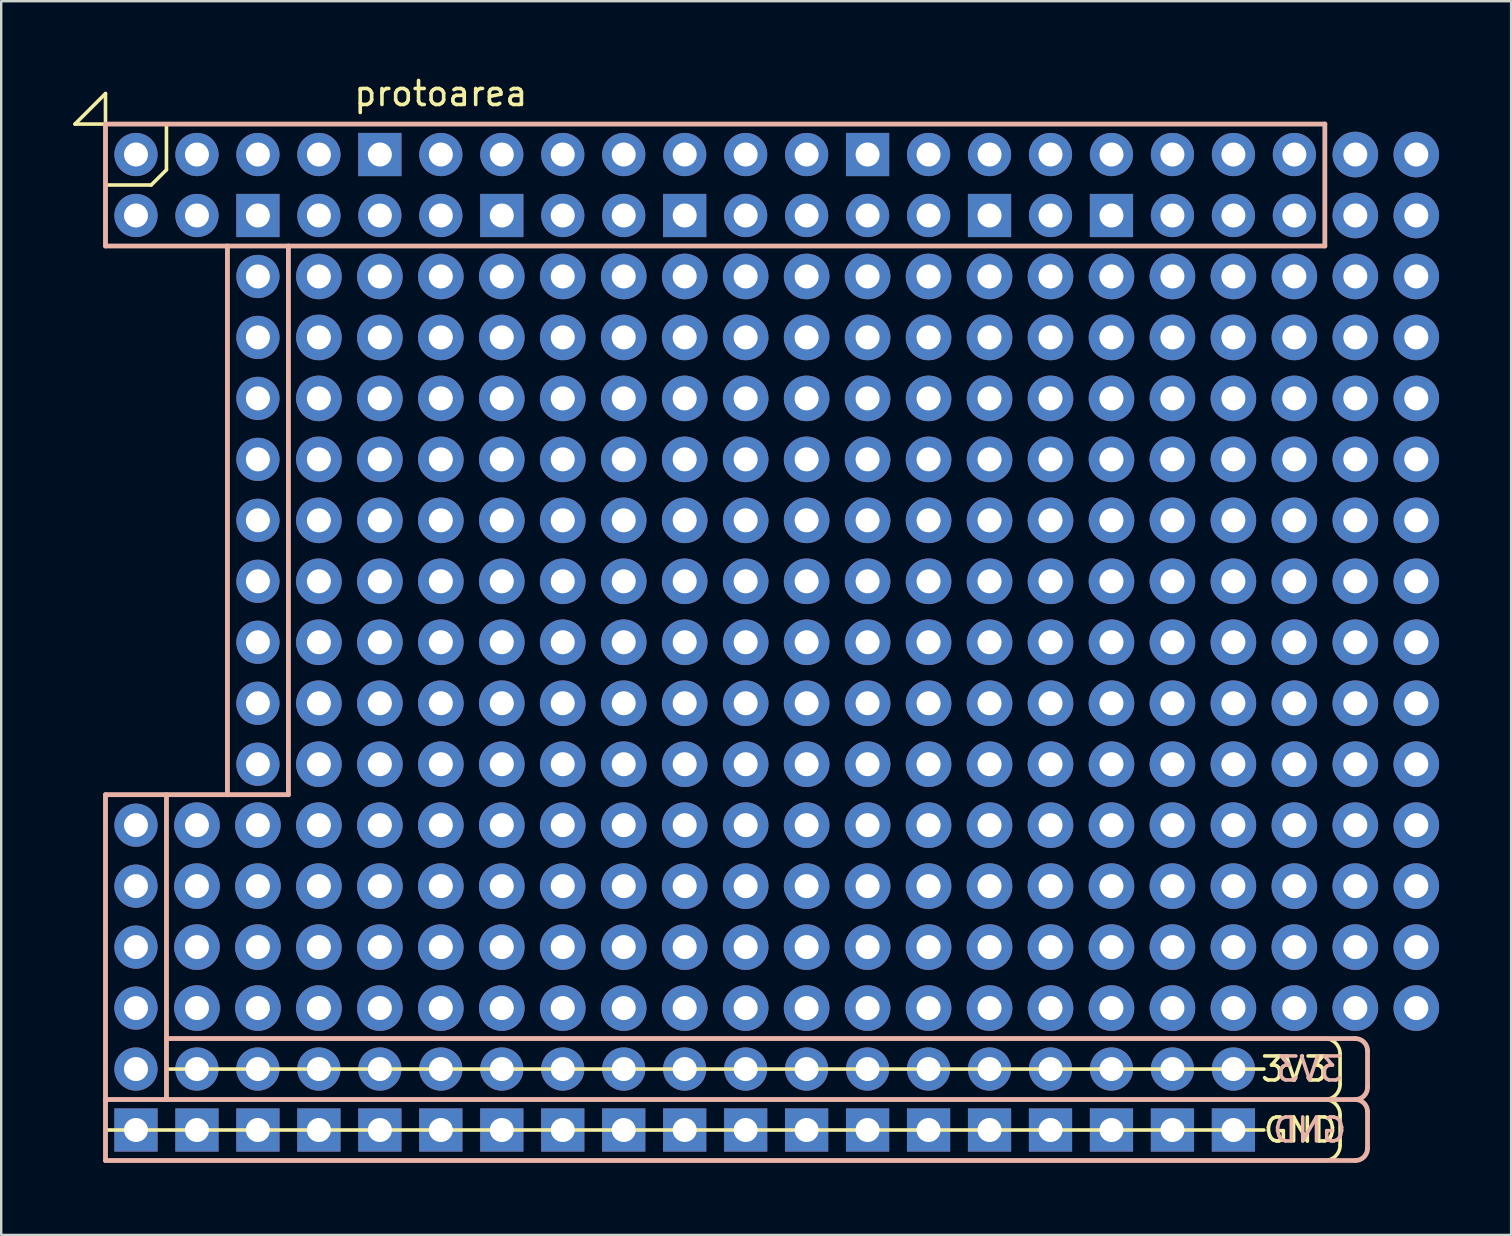
<source format=kicad_pcb>
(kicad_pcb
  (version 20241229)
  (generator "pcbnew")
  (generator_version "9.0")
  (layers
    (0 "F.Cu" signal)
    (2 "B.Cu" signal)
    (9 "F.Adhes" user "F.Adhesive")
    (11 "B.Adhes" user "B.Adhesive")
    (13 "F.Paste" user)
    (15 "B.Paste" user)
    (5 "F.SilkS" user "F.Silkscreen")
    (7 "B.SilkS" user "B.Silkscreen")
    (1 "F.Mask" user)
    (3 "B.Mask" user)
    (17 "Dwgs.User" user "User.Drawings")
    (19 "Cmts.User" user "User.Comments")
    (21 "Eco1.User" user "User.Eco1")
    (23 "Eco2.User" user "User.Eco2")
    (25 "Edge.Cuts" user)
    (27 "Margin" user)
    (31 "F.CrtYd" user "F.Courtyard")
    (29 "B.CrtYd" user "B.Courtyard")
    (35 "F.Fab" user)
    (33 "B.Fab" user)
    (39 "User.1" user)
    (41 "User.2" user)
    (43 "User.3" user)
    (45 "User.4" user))
  (footprint "protoarea"
    (layer "F.Cu")
    (at 2.615 3.388)
    (property "Reference" "protoarea" (at 12.7 -2.54 0) (layer "F.SilkS") (effects (font (size 1 1) (thickness 0.15))))
    (attr through_hole)
    (fp_line (start -2.54 -1.27) (end 49.53 -1.27) (stroke (width 0.15) (type solid)) (layer "F.SilkS"))
    (fp_line (start -1.27 -2.54) (end -2.54 -1.27) (stroke (width 0.15) (type solid)) (layer "F.SilkS"))
    (fp_line (start -1.27 -1.27) (end -1.27 -2.54) (stroke (width 0.15) (type solid)) (layer "F.SilkS"))
    (fp_line (start -1.27 1.27) (end 0.635 1.27) (stroke (width 0.15) (type solid)) (layer "F.SilkS"))
    (fp_line (start -1.27 3.81) (end -1.27 -1.27) (stroke (width 0.15) (type solid)) (layer "F.SilkS"))
    (fp_line (start -1.27 26.67) (end -1.27 41.91) (stroke (width 0.15) (type solid)) (layer "F.SilkS"))
    (fp_line (start -1.27 26.67) (end 6.35 26.67) (stroke (width 0.15) (type solid)) (layer "F.SilkS"))
    (fp_line (start -1.27 39.37) (end 49.53 39.37) (stroke (width 0.15) (type solid)) (layer "F.SilkS"))
    (fp_line (start -1.27 40.64) (end 46.99 40.64) (stroke (width 0.15) (type solid)) (layer "F.SilkS"))
    (fp_line (start -1.27 41.91) (end 1.27 41.91) (stroke (width 0.15) (type solid)) (layer "F.SilkS"))
    (fp_line (start 0.635 1.27) (end 1.27 0.635) (stroke (width 0.15) (type solid)) (layer "F.SilkS"))
    (fp_line (start 1.27 0.635) (end 1.27 -1.27) (stroke (width 0.15) (type solid)) (layer "F.SilkS"))
    (fp_line (start 1.27 36.83) (end 49.53 36.83) (stroke (width 0.15) (type solid)) (layer "F.SilkS"))
    (fp_line (start 1.27 38.1) (end 46.99 38.1) (stroke (width 0.15) (type solid)) (layer "F.SilkS"))
    (fp_line (start 1.27 39.37) (end 1.27 26.67) (stroke (width 0.15) (type solid)) (layer "F.SilkS"))
    (fp_line (start 3.81 3.81) (end 3.81 26.67) (stroke (width 0.15) (type solid)) (layer "F.SilkS"))
    (fp_line (start 6.35 3.81) (end 3.81 3.81) (stroke (width 0.15) (type solid)) (layer "F.SilkS"))
    (fp_line (start 6.35 26.67) (end 6.35 3.81) (stroke (width 0.15) (type solid)) (layer "F.SilkS"))
    (fp_line (start 49.53 -1.27) (end 49.53 3.81) (stroke (width 0.15) (type solid)) (layer "F.SilkS"))
    (fp_line (start 49.53 3.81) (end -1.27 3.81) (stroke (width 0.15) (type solid)) (layer "F.SilkS"))
    (fp_line (start 49.53 41.91) (end 1.27 41.91) (stroke (width 0.15) (type solid)) (layer "F.SilkS"))
    (fp_line (start 50.165 37.465) (end 50.165 38.735) (stroke (width 0.15) (type solid)) (layer "F.SilkS"))
    (fp_line (start 50.165 40.005) (end 50.165 41.275) (stroke (width 0.15) (type solid)) (layer "F.SilkS"))
    (fp_arc (start 49.53 36.83) (mid 49.979013 37.015987) (end 50.165 37.465) (stroke (width 0.15) (type solid)) (layer "F.SilkS"))
    (fp_arc (start 49.53 39.37) (mid 49.979013 39.555987) (end 50.165 40.005) (stroke (width 0.15) (type solid)) (layer "F.SilkS"))
    (fp_arc (start 50.165 38.735) (mid 49.979013 39.184013) (end 49.53 39.37) (stroke (width 0.15) (type solid)) (layer "F.SilkS"))
    (fp_arc (start 50.165 41.275) (mid 49.979013 41.724013) (end 49.53 41.91) (stroke (width 0.15) (type solid)) (layer "F.SilkS"))
    (fp_line (start -1.27 -1.27) (end -1.27 3.81) (stroke (width 0.2) (type solid)) (layer "B.SilkS"))
    (fp_line (start -1.27 3.81) (end 49.53 3.81) (stroke (width 0.2) (type solid)) (layer "B.SilkS"))
    (fp_line (start -1.27 26.67) (end -1.27 39.37) (stroke (width 0.2) (type solid)) (layer "B.SilkS"))
    (fp_line (start -1.27 39.37) (end -1.27 41.91) (stroke (width 0.2) (type solid)) (layer "B.SilkS"))
    (fp_line (start -1.27 41.91) (end 50.8 41.91) (stroke (width 0.2) (type solid)) (layer "B.SilkS"))
    (fp_line (start 1.27 26.67) (end 1.27 36.83) (stroke (width 0.2) (type solid)) (layer "B.SilkS"))
    (fp_line (start 1.27 36.83) (end 1.27 39.37) (stroke (width 0.2) (type solid)) (layer "B.SilkS"))
    (fp_line (start 1.27 36.83) (end 50.8 36.83) (stroke (width 0.2) (type solid)) (layer "B.SilkS"))
    (fp_line (start 1.27 39.37) (end -1.27 39.37) (stroke (width 0.2) (type solid)) (layer "B.SilkS"))
    (fp_line (start 1.27 39.37) (end 50.8 39.37) (stroke (width 0.2) (type solid)) (layer "B.SilkS"))
    (fp_line (start 3.81 3.81) (end 3.81 26.67) (stroke (width 0.2) (type solid)) (layer "B.SilkS"))
    (fp_line (start 3.81 26.67) (end -1.27 26.67) (stroke (width 0.2) (type solid)) (layer "B.SilkS"))
    (fp_line (start 3.81 26.67) (end 6.35 26.67) (stroke (width 0.2) (type solid)) (layer "B.SilkS"))
    (fp_line (start 6.35 26.67) (end 6.35 3.81) (stroke (width 0.2) (type solid)) (layer "B.SilkS"))
    (fp_line (start 49.53 -1.27) (end -1.27 -1.27) (stroke (width 0.2) (type solid)) (layer "B.SilkS"))
    (fp_line (start 49.53 3.81) (end 49.53 -1.27) (stroke (width 0.2) (type solid)) (layer "B.SilkS"))
    (fp_line (start 51.308 37.338) (end 51.308 38.862) (stroke (width 0.2) (type solid)) (layer "B.SilkS"))
    (fp_line (start 51.308 39.878) (end 51.308 41.402) (stroke (width 0.2) (type solid)) (layer "B.SilkS"))
    (fp_arc (start 50.8 36.83) (mid 51.15921 36.97879) (end 51.308 37.338) (stroke (width 0.2) (type solid)) (layer "B.SilkS"))
    (fp_arc (start 50.8 39.37) (mid 51.15921 39.51879) (end 51.308 39.878) (stroke (width 0.2) (type solid)) (layer "B.SilkS"))
    (fp_arc (start 51.308 38.862) (mid 51.15921 39.22121) (end 50.8 39.37) (stroke (width 0.2) (type solid)) (layer "B.SilkS"))
    (fp_arc (start 51.308 41.402) (mid 51.15921 41.76121) (end 50.8 41.91) (stroke (width 0.2) (type solid)) (layer "B.SilkS"))
    (fp_text user "3V3" (at 48.26 38.1 0) (layer "F.SilkS") (effects (font (size 1 1) (thickness 0.15))))
    (fp_text user "GND" (at 48.514 40.64 0) (layer "F.SilkS") (effects (font (size 1 1) (thickness 0.15))))
    (fp_text user "3V3" (at 48.895 38.1 0) (layer "B.SilkS") (effects (font (size 1 1) (thickness 0.15)) (justify mirror)))
    (fp_text user "GND" (at 48.895 40.64 0) (layer "B.SilkS") (effects (font (size 1 1) (thickness 0.15)) (justify mirror)))
    (pad "" np_thru_hole circle (at 2.54 27.94) (size 1.9 1.9) (drill 1) (layers "*.Cu" "*.Mask"))
    (pad "" np_thru_hole circle (at 2.54 30.48) (size 1.9 1.9) (drill 1) (layers "*.Cu" "*.Mask"))
    (pad "" np_thru_hole circle (at 2.54 33.02) (size 1.9 1.9) (drill 1) (layers "*.Cu" "*.Mask"))
    (pad "" np_thru_hole circle (at 2.54 35.56) (size 1.9 1.9) (drill 1) (layers "*.Cu" "*.Mask"))
    (pad "" np_thru_hole circle (at 5.08 27.94) (size 1.9 1.9) (drill 1) (layers "*.Cu" "*.Mask"))
    (pad "" np_thru_hole circle (at 5.08 30.48) (size 1.9 1.9) (drill 1) (layers "*.Cu" "*.Mask"))
    (pad "" np_thru_hole circle (at 5.08 33.02) (size 1.9 1.9) (drill 1) (layers "*.Cu" "*.Mask"))
    (pad "" np_thru_hole circle (at 5.08 35.56) (size 1.9 1.9) (drill 1) (layers "*.Cu" "*.Mask"))
    (pad "" np_thru_hole circle (at 7.62 5.08) (size 1.9 1.9) (drill 1) (layers "*.Cu" "*.Mask"))
    (pad "" np_thru_hole circle (at 7.62 7.62) (size 1.9 1.9) (drill 1) (layers "*.Cu" "*.Mask"))
    (pad "" np_thru_hole circle (at 7.62 10.16) (size 1.9 1.9) (drill 1) (layers "*.Cu" "*.Mask"))
    (pad "" np_thru_hole circle (at 7.62 12.7) (size 1.9 1.9) (drill 1) (layers "*.Cu" "*.Mask"))
    (pad "" np_thru_hole circle (at 7.62 15.24) (size 1.9 1.9) (drill 1) (layers "*.Cu" "*.Mask"))
    (pad "" np_thru_hole circle (at 7.62 17.78) (size 1.9 1.9) (drill 1) (layers "*.Cu" "*.Mask"))
    (pad "" np_thru_hole circle (at 7.62 20.32) (size 1.9 1.9) (drill 1) (layers "*.Cu" "*.Mask"))
    (pad "" np_thru_hole circle (at 7.62 22.86) (size 1.9 1.9) (drill 1) (layers "*.Cu" "*.Mask"))
    (pad "" np_thru_hole circle (at 7.62 25.4) (size 1.9 1.9) (drill 1) (layers "*.Cu" "*.Mask"))
    (pad "" np_thru_hole circle (at 7.62 27.94) (size 1.9 1.9) (drill 1) (layers "*.Cu" "*.Mask"))
    (pad "" np_thru_hole circle (at 7.62 30.48) (size 1.9 1.9) (drill 1) (layers "*.Cu" "*.Mask"))
    (pad "" np_thru_hole circle (at 7.62 33.02) (size 1.9 1.9) (drill 1) (layers "*.Cu" "*.Mask"))
    (pad "" np_thru_hole circle (at 7.62 35.56) (size 1.9 1.9) (drill 1) (layers "*.Cu" "*.Mask"))
    (pad "" np_thru_hole circle (at 10.16 5.08) (size 1.9 1.9) (drill 1) (layers "*.Cu" "*.Mask"))
    (pad "" np_thru_hole circle (at 10.16 7.62) (size 1.9 1.9) (drill 1) (layers "*.Cu" "*.Mask"))
    (pad "" np_thru_hole circle (at 10.16 10.16) (size 1.9 1.9) (drill 1) (layers "*.Cu" "*.Mask"))
    (pad "" np_thru_hole circle (at 10.16 12.7) (size 1.9 1.9) (drill 1) (layers "*.Cu" "*.Mask"))
    (pad "" np_thru_hole circle (at 10.16 15.24) (size 1.9 1.9) (drill 1) (layers "*.Cu" "*.Mask"))
    (pad "" np_thru_hole circle (at 10.16 17.78) (size 1.9 1.9) (drill 1) (layers "*.Cu" "*.Mask"))
    (pad "" np_thru_hole circle (at 10.16 20.32) (size 1.9 1.9) (drill 1) (layers "*.Cu" "*.Mask"))
    (pad "" np_thru_hole circle (at 10.16 22.86) (size 1.9 1.9) (drill 1) (layers "*.Cu" "*.Mask"))
    (pad "" np_thru_hole circle (at 10.16 25.4) (size 1.9 1.9) (drill 1) (layers "*.Cu" "*.Mask"))
    (pad "" np_thru_hole circle (at 10.16 27.94) (size 1.9 1.9) (drill 1) (layers "*.Cu" "*.Mask"))
    (pad "" np_thru_hole circle (at 10.16 30.48) (size 1.9 1.9) (drill 1) (layers "*.Cu" "*.Mask"))
    (pad "" np_thru_hole circle (at 10.16 33.02) (size 1.9 1.9) (drill 1) (layers "*.Cu" "*.Mask"))
    (pad "" np_thru_hole circle (at 10.16 35.56) (size 1.9 1.9) (drill 1) (layers "*.Cu" "*.Mask"))
    (pad "" np_thru_hole circle (at 12.7 5.08) (size 1.9 1.9) (drill 1) (layers "*.Cu" "*.Mask"))
    (pad "" np_thru_hole circle (at 12.7 7.62) (size 1.9 1.9) (drill 1) (layers "*.Cu" "*.Mask"))
    (pad "" np_thru_hole circle (at 12.7 10.16) (size 1.9 1.9) (drill 1) (layers "*.Cu" "*.Mask"))
    (pad "" np_thru_hole circle (at 12.7 12.7) (size 1.9 1.9) (drill 1) (layers "*.Cu" "*.Mask"))
    (pad "" np_thru_hole circle (at 12.7 15.24) (size 1.9 1.9) (drill 1) (layers "*.Cu" "*.Mask"))
    (pad "" np_thru_hole circle (at 12.7 17.78) (size 1.9 1.9) (drill 1) (layers "*.Cu" "*.Mask"))
    (pad "" np_thru_hole circle (at 12.7 20.32) (size 1.9 1.9) (drill 1) (layers "*.Cu" "*.Mask"))
    (pad "" np_thru_hole circle (at 12.7 22.86) (size 1.9 1.9) (drill 1) (layers "*.Cu" "*.Mask"))
    (pad "" np_thru_hole circle (at 12.7 25.4) (size 1.9 1.9) (drill 1) (layers "*.Cu" "*.Mask"))
    (pad "" np_thru_hole circle (at 12.7 27.94) (size 1.9 1.9) (drill 1) (layers "*.Cu" "*.Mask"))
    (pad "" np_thru_hole circle (at 12.7 30.48) (size 1.9 1.9) (drill 1) (layers "*.Cu" "*.Mask"))
    (pad "" np_thru_hole circle (at 12.7 33.02) (size 1.9 1.9) (drill 1) (layers "*.Cu" "*.Mask"))
    (pad "" np_thru_hole circle (at 12.7 35.56) (size 1.9 1.9) (drill 1) (layers "*.Cu" "*.Mask"))
    (pad "" np_thru_hole circle (at 15.24 5.08) (size 1.9 1.9) (drill 1) (layers "*.Cu" "*.Mask"))
    (pad "" np_thru_hole circle (at 15.24 7.62) (size 1.9 1.9) (drill 1) (layers "*.Cu" "*.Mask"))
    (pad "" np_thru_hole circle (at 15.24 10.16) (size 1.9 1.9) (drill 1) (layers "*.Cu" "*.Mask"))
    (pad "" np_thru_hole circle (at 15.24 12.7) (size 1.9 1.9) (drill 1) (layers "*.Cu" "*.Mask"))
    (pad "" np_thru_hole circle (at 15.24 15.24) (size 1.9 1.9) (drill 1) (layers "*.Cu" "*.Mask"))
    (pad "" np_thru_hole circle (at 15.24 17.78) (size 1.9 1.9) (drill 1) (layers "*.Cu" "*.Mask"))
    (pad "" np_thru_hole circle (at 15.24 20.32) (size 1.9 1.9) (drill 1) (layers "*.Cu" "*.Mask"))
    (pad "" np_thru_hole circle (at 15.24 22.86) (size 1.9 1.9) (drill 1) (layers "*.Cu" "*.Mask"))
    (pad "" np_thru_hole circle (at 15.24 25.4) (size 1.9 1.9) (drill 1) (layers "*.Cu" "*.Mask"))
    (pad "" np_thru_hole circle (at 15.24 27.94) (size 1.9 1.9) (drill 1) (layers "*.Cu" "*.Mask"))
    (pad "" np_thru_hole circle (at 15.24 30.48) (size 1.9 1.9) (drill 1) (layers "*.Cu" "*.Mask"))
    (pad "" np_thru_hole circle (at 15.24 33.02) (size 1.9 1.9) (drill 1) (layers "*.Cu" "*.Mask"))
    (pad "" np_thru_hole circle (at 15.24 35.56) (size 1.9 1.9) (drill 1) (layers "*.Cu" "*.Mask"))
    (pad "" np_thru_hole circle (at 17.78 5.08) (size 1.9 1.9) (drill 1) (layers "*.Cu" "*.Mask"))
    (pad "" np_thru_hole circle (at 17.78 7.62) (size 1.9 1.9) (drill 1) (layers "*.Cu" "*.Mask"))
    (pad "" np_thru_hole circle (at 17.78 10.16) (size 1.9 1.9) (drill 1) (layers "*.Cu" "*.Mask"))
    (pad "" np_thru_hole circle (at 17.78 12.7) (size 1.9 1.9) (drill 1) (layers "*.Cu" "*.Mask"))
    (pad "" np_thru_hole circle (at 17.78 15.24) (size 1.9 1.9) (drill 1) (layers "*.Cu" "*.Mask"))
    (pad "" np_thru_hole circle (at 17.78 17.78) (size 1.9 1.9) (drill 1) (layers "*.Cu" "*.Mask"))
    (pad "" np_thru_hole circle (at 17.78 20.32) (size 1.9 1.9) (drill 1) (layers "*.Cu" "*.Mask"))
    (pad "" np_thru_hole circle (at 17.78 22.86) (size 1.9 1.9) (drill 1) (layers "*.Cu" "*.Mask"))
    (pad "" np_thru_hole circle (at 17.78 25.4) (size 1.9 1.9) (drill 1) (layers "*.Cu" "*.Mask"))
    (pad "" np_thru_hole circle (at 17.78 27.94) (size 1.9 1.9) (drill 1) (layers "*.Cu" "*.Mask"))
    (pad "" np_thru_hole circle (at 17.78 30.48) (size 1.9 1.9) (drill 1) (layers "*.Cu" "*.Mask"))
    (pad "" np_thru_hole circle (at 17.78 33.02) (size 1.9 1.9) (drill 1) (layers "*.Cu" "*.Mask"))
    (pad "" np_thru_hole circle (at 17.78 35.56) (size 1.9 1.9) (drill 1) (layers "*.Cu" "*.Mask"))
    (pad "" np_thru_hole circle (at 20.32 5.08) (size 1.9 1.9) (drill 1) (layers "*.Cu" "*.Mask"))
    (pad "" np_thru_hole circle (at 20.32 7.62) (size 1.9 1.9) (drill 1) (layers "*.Cu" "*.Mask"))
    (pad "" np_thru_hole circle (at 20.32 10.16) (size 1.9 1.9) (drill 1) (layers "*.Cu" "*.Mask"))
    (pad "" np_thru_hole circle (at 20.32 12.7) (size 1.9 1.9) (drill 1) (layers "*.Cu" "*.Mask"))
    (pad "" np_thru_hole circle (at 20.32 15.24) (size 1.9 1.9) (drill 1) (layers "*.Cu" "*.Mask"))
    (pad "" np_thru_hole circle (at 20.32 17.78) (size 1.9 1.9) (drill 1) (layers "*.Cu" "*.Mask"))
    (pad "" np_thru_hole circle (at 20.32 20.32) (size 1.9 1.9) (drill 1) (layers "*.Cu" "*.Mask"))
    (pad "" np_thru_hole circle (at 20.32 22.86) (size 1.9 1.9) (drill 1) (layers "*.Cu" "*.Mask"))
    (pad "" np_thru_hole circle (at 20.32 25.4) (size 1.9 1.9) (drill 1) (layers "*.Cu" "*.Mask"))
    (pad "" np_thru_hole circle (at 20.32 27.94) (size 1.9 1.9) (drill 1) (layers "*.Cu" "*.Mask"))
    (pad "" np_thru_hole circle (at 20.32 30.48) (size 1.9 1.9) (drill 1) (layers "*.Cu" "*.Mask"))
    (pad "" np_thru_hole circle (at 20.32 33.02) (size 1.9 1.9) (drill 1) (layers "*.Cu" "*.Mask"))
    (pad "" np_thru_hole circle (at 20.32 35.56) (size 1.9 1.9) (drill 1) (layers "*.Cu" "*.Mask"))
    (pad "" np_thru_hole circle (at 22.86 5.08) (size 1.9 1.9) (drill 1) (layers "*.Cu" "*.Mask"))
    (pad "" np_thru_hole circle (at 22.86 7.62) (size 1.9 1.9) (drill 1) (layers "*.Cu" "*.Mask"))
    (pad "" np_thru_hole circle (at 22.86 10.16) (size 1.9 1.9) (drill 1) (layers "*.Cu" "*.Mask"))
    (pad "" np_thru_hole circle (at 22.86 12.7) (size 1.9 1.9) (drill 1) (layers "*.Cu" "*.Mask"))
    (pad "" np_thru_hole circle (at 22.86 15.24) (size 1.9 1.9) (drill 1) (layers "*.Cu" "*.Mask"))
    (pad "" np_thru_hole circle (at 22.86 17.78) (size 1.9 1.9) (drill 1) (layers "*.Cu" "*.Mask"))
    (pad "" np_thru_hole circle (at 22.86 20.32) (size 1.9 1.9) (drill 1) (layers "*.Cu" "*.Mask"))
    (pad "" np_thru_hole circle (at 22.86 22.86) (size 1.9 1.9) (drill 1) (layers "*.Cu" "*.Mask"))
    (pad "" np_thru_hole circle (at 22.86 25.4) (size 1.9 1.9) (drill 1) (layers "*.Cu" "*.Mask"))
    (pad "" np_thru_hole circle (at 22.86 27.94) (size 1.9 1.9) (drill 1) (layers "*.Cu" "*.Mask"))
    (pad "" np_thru_hole circle (at 22.86 30.48) (size 1.9 1.9) (drill 1) (layers "*.Cu" "*.Mask"))
    (pad "" np_thru_hole circle (at 22.86 33.02) (size 1.9 1.9) (drill 1) (layers "*.Cu" "*.Mask"))
    (pad "" np_thru_hole circle (at 22.86 35.56) (size 1.9 1.9) (drill 1) (layers "*.Cu" "*.Mask"))
    (pad "" np_thru_hole circle (at 25.4 5.08) (size 1.9 1.9) (drill 1) (layers "*.Cu" "*.Mask"))
    (pad "" np_thru_hole circle (at 25.4 7.62) (size 1.9 1.9) (drill 1) (layers "*.Cu" "*.Mask"))
    (pad "" np_thru_hole circle (at 25.4 10.16) (size 1.9 1.9) (drill 1) (layers "*.Cu" "*.Mask"))
    (pad "" np_thru_hole circle (at 25.4 12.7) (size 1.9 1.9) (drill 1) (layers "*.Cu" "*.Mask"))
    (pad "" np_thru_hole circle (at 25.4 15.24) (size 1.9 1.9) (drill 1) (layers "*.Cu" "*.Mask"))
    (pad "" np_thru_hole circle (at 25.4 17.78) (size 1.9 1.9) (drill 1) (layers "*.Cu" "*.Mask"))
    (pad "" np_thru_hole circle (at 25.4 20.32) (size 1.9 1.9) (drill 1) (layers "*.Cu" "*.Mask"))
    (pad "" np_thru_hole circle (at 25.4 22.86) (size 1.9 1.9) (drill 1) (layers "*.Cu" "*.Mask"))
    (pad "" np_thru_hole circle (at 25.4 25.4) (size 1.9 1.9) (drill 1) (layers "*.Cu" "*.Mask"))
    (pad "" np_thru_hole circle (at 25.4 27.94) (size 1.9 1.9) (drill 1) (layers "*.Cu" "*.Mask"))
    (pad "" np_thru_hole circle (at 25.4 30.48) (size 1.9 1.9) (drill 1) (layers "*.Cu" "*.Mask"))
    (pad "" np_thru_hole circle (at 25.4 33.02) (size 1.9 1.9) (drill 1) (layers "*.Cu" "*.Mask"))
    (pad "" np_thru_hole circle (at 25.4 35.56) (size 1.9 1.9) (drill 1) (layers "*.Cu" "*.Mask"))
    (pad "" np_thru_hole circle (at 27.94 5.08) (size 1.9 1.9) (drill 1) (layers "*.Cu" "*.Mask"))
    (pad "" np_thru_hole circle (at 27.94 7.62) (size 1.9 1.9) (drill 1) (layers "*.Cu" "*.Mask"))
    (pad "" np_thru_hole circle (at 27.94 10.16) (size 1.9 1.9) (drill 1) (layers "*.Cu" "*.Mask"))
    (pad "" np_thru_hole circle (at 27.94 12.7) (size 1.9 1.9) (drill 1) (layers "*.Cu" "*.Mask"))
    (pad "" np_thru_hole circle (at 27.94 15.24) (size 1.9 1.9) (drill 1) (layers "*.Cu" "*.Mask"))
    (pad "" np_thru_hole circle (at 27.94 17.78) (size 1.9 1.9) (drill 1) (layers "*.Cu" "*.Mask"))
    (pad "" np_thru_hole circle (at 27.94 20.32) (size 1.9 1.9) (drill 1) (layers "*.Cu" "*.Mask"))
    (pad "" np_thru_hole circle (at 27.94 22.86) (size 1.9 1.9) (drill 1) (layers "*.Cu" "*.Mask"))
    (pad "" np_thru_hole circle (at 27.94 25.4) (size 1.9 1.9) (drill 1) (layers "*.Cu" "*.Mask"))
    (pad "" np_thru_hole circle (at 27.94 27.94) (size 1.9 1.9) (drill 1) (layers "*.Cu" "*.Mask"))
    (pad "" np_thru_hole circle (at 27.94 30.48) (size 1.9 1.9) (drill 1) (layers "*.Cu" "*.Mask"))
    (pad "" np_thru_hole circle (at 27.94 33.02) (size 1.9 1.9) (drill 1) (layers "*.Cu" "*.Mask"))
    (pad "" np_thru_hole circle (at 27.94 35.56) (size 1.9 1.9) (drill 1) (layers "*.Cu" "*.Mask"))
    (pad "" np_thru_hole circle (at 30.48 5.08) (size 1.9 1.9) (drill 1) (layers "*.Cu" "*.Mask"))
    (pad "" np_thru_hole circle (at 30.48 7.62) (size 1.9 1.9) (drill 1) (layers "*.Cu" "*.Mask"))
    (pad "" np_thru_hole circle (at 30.48 10.16) (size 1.9 1.9) (drill 1) (layers "*.Cu" "*.Mask"))
    (pad "" np_thru_hole circle (at 30.48 12.7) (size 1.9 1.9) (drill 1) (layers "*.Cu" "*.Mask"))
    (pad "" np_thru_hole circle (at 30.48 15.24) (size 1.9 1.9) (drill 1) (layers "*.Cu" "*.Mask"))
    (pad "" np_thru_hole circle (at 30.48 17.78) (size 1.9 1.9) (drill 1) (layers "*.Cu" "*.Mask"))
    (pad "" np_thru_hole circle (at 30.48 20.32) (size 1.9 1.9) (drill 1) (layers "*.Cu" "*.Mask"))
    (pad "" np_thru_hole circle (at 30.48 22.86) (size 1.9 1.9) (drill 1) (layers "*.Cu" "*.Mask"))
    (pad "" np_thru_hole circle (at 30.48 25.4) (size 1.9 1.9) (drill 1) (layers "*.Cu" "*.Mask"))
    (pad "" np_thru_hole circle (at 30.48 27.94) (size 1.9 1.9) (drill 1) (layers "*.Cu" "*.Mask"))
    (pad "" np_thru_hole circle (at 30.48 30.48) (size 1.9 1.9) (drill 1) (layers "*.Cu" "*.Mask"))
    (pad "" np_thru_hole circle (at 30.48 33.02) (size 1.9 1.9) (drill 1) (layers "*.Cu" "*.Mask"))
    (pad "" np_thru_hole circle (at 30.48 35.56) (size 1.9 1.9) (drill 1) (layers "*.Cu" "*.Mask"))
    (pad "" np_thru_hole circle (at 33.02 5.08) (size 1.9 1.9) (drill 1) (layers "*.Cu" "*.Mask"))
    (pad "" np_thru_hole circle (at 33.02 7.62) (size 1.9 1.9) (drill 1) (layers "*.Cu" "*.Mask"))
    (pad "" np_thru_hole circle (at 33.02 10.16) (size 1.9 1.9) (drill 1) (layers "*.Cu" "*.Mask"))
    (pad "" np_thru_hole circle (at 33.02 12.7) (size 1.9 1.9) (drill 1) (layers "*.Cu" "*.Mask"))
    (pad "" np_thru_hole circle (at 33.02 15.24) (size 1.9 1.9) (drill 1) (layers "*.Cu" "*.Mask"))
    (pad "" np_thru_hole circle (at 33.02 17.78) (size 1.9 1.9) (drill 1) (layers "*.Cu" "*.Mask"))
    (pad "" np_thru_hole circle (at 33.02 20.32) (size 1.9 1.9) (drill 1) (layers "*.Cu" "*.Mask"))
    (pad "" np_thru_hole circle (at 33.02 22.86) (size 1.9 1.9) (drill 1) (layers "*.Cu" "*.Mask"))
    (pad "" np_thru_hole circle (at 33.02 25.4) (size 1.9 1.9) (drill 1) (layers "*.Cu" "*.Mask"))
    (pad "" np_thru_hole circle (at 33.02 27.94) (size 1.9 1.9) (drill 1) (layers "*.Cu" "*.Mask"))
    (pad "" np_thru_hole circle (at 33.02 30.48) (size 1.9 1.9) (drill 1) (layers "*.Cu" "*.Mask"))
    (pad "" np_thru_hole circle (at 33.02 33.02) (size 1.9 1.9) (drill 1) (layers "*.Cu" "*.Mask"))
    (pad "" np_thru_hole circle (at 33.02 35.56) (size 1.9 1.9) (drill 1) (layers "*.Cu" "*.Mask"))
    (pad "" np_thru_hole circle (at 35.56 5.08) (size 1.9 1.9) (drill 1) (layers "*.Cu" "*.Mask"))
    (pad "" np_thru_hole circle (at 35.56 7.62) (size 1.9 1.9) (drill 1) (layers "*.Cu" "*.Mask"))
    (pad "" np_thru_hole circle (at 35.56 10.16) (size 1.9 1.9) (drill 1) (layers "*.Cu" "*.Mask"))
    (pad "" np_thru_hole circle (at 35.56 12.7) (size 1.9 1.9) (drill 1) (layers "*.Cu" "*.Mask"))
    (pad "" np_thru_hole circle (at 35.56 15.24) (size 1.9 1.9) (drill 1) (layers "*.Cu" "*.Mask"))
    (pad "" np_thru_hole circle (at 35.56 17.78) (size 1.9 1.9) (drill 1) (layers "*.Cu" "*.Mask"))
    (pad "" np_thru_hole circle (at 35.56 20.32) (size 1.9 1.9) (drill 1) (layers "*.Cu" "*.Mask"))
    (pad "" np_thru_hole circle (at 35.56 22.86) (size 1.9 1.9) (drill 1) (layers "*.Cu" "*.Mask"))
    (pad "" np_thru_hole circle (at 35.56 25.4) (size 1.9 1.9) (drill 1) (layers "*.Cu" "*.Mask"))
    (pad "" np_thru_hole circle (at 35.56 27.94) (size 1.9 1.9) (drill 1) (layers "*.Cu" "*.Mask"))
    (pad "" np_thru_hole circle (at 35.56 30.48) (size 1.9 1.9) (drill 1) (layers "*.Cu" "*.Mask"))
    (pad "" np_thru_hole circle (at 35.56 33.02) (size 1.9 1.9) (drill 1) (layers "*.Cu" "*.Mask"))
    (pad "" np_thru_hole circle (at 35.56 35.56) (size 1.9 1.9) (drill 1) (layers "*.Cu" "*.Mask"))
    (pad "" np_thru_hole circle (at 38.1 5.08) (size 1.9 1.9) (drill 1) (layers "*.Cu" "*.Mask"))
    (pad "" np_thru_hole circle (at 38.1 7.62) (size 1.9 1.9) (drill 1) (layers "*.Cu" "*.Mask"))
    (pad "" np_thru_hole circle (at 38.1 10.16) (size 1.9 1.9) (drill 1) (layers "*.Cu" "*.Mask"))
    (pad "" np_thru_hole circle (at 38.1 12.7) (size 1.9 1.9) (drill 1) (layers "*.Cu" "*.Mask"))
    (pad "" np_thru_hole circle (at 38.1 15.24) (size 1.9 1.9) (drill 1) (layers "*.Cu" "*.Mask"))
    (pad "" np_thru_hole circle (at 38.1 17.78) (size 1.9 1.9) (drill 1) (layers "*.Cu" "*.Mask"))
    (pad "" np_thru_hole circle (at 38.1 20.32) (size 1.9 1.9) (drill 1) (layers "*.Cu" "*.Mask"))
    (pad "" np_thru_hole circle (at 38.1 22.86) (size 1.9 1.9) (drill 1) (layers "*.Cu" "*.Mask"))
    (pad "" np_thru_hole circle (at 38.1 25.4) (size 1.9 1.9) (drill 1) (layers "*.Cu" "*.Mask"))
    (pad "" np_thru_hole circle (at 38.1 27.94) (size 1.9 1.9) (drill 1) (layers "*.Cu" "*.Mask"))
    (pad "" np_thru_hole circle (at 38.1 30.48) (size 1.9 1.9) (drill 1) (layers "*.Cu" "*.Mask"))
    (pad "" np_thru_hole circle (at 38.1 33.02) (size 1.9 1.9) (drill 1) (layers "*.Cu" "*.Mask"))
    (pad "" np_thru_hole circle (at 38.1 35.56) (size 1.9 1.9) (drill 1) (layers "*.Cu" "*.Mask"))
    (pad "" np_thru_hole circle (at 40.64 5.08) (size 1.9 1.9) (drill 1) (layers "*.Cu" "*.Mask"))
    (pad "" np_thru_hole circle (at 40.64 7.62) (size 1.9 1.9) (drill 1) (layers "*.Cu" "*.Mask"))
    (pad "" np_thru_hole circle (at 40.64 10.16) (size 1.9 1.9) (drill 1) (layers "*.Cu" "*.Mask"))
    (pad "" np_thru_hole circle (at 40.64 12.7) (size 1.9 1.9) (drill 1) (layers "*.Cu" "*.Mask"))
    (pad "" np_thru_hole circle (at 40.64 15.24) (size 1.9 1.9) (drill 1) (layers "*.Cu" "*.Mask"))
    (pad "" np_thru_hole circle (at 40.64 17.78) (size 1.9 1.9) (drill 1) (layers "*.Cu" "*.Mask"))
    (pad "" np_thru_hole circle (at 40.64 20.32) (size 1.9 1.9) (drill 1) (layers "*.Cu" "*.Mask"))
    (pad "" np_thru_hole circle (at 40.64 22.86) (size 1.9 1.9) (drill 1) (layers "*.Cu" "*.Mask"))
    (pad "" np_thru_hole circle (at 40.64 25.4) (size 1.9 1.9) (drill 1) (layers "*.Cu" "*.Mask"))
    (pad "" np_thru_hole circle (at 40.64 27.94) (size 1.9 1.9) (drill 1) (layers "*.Cu" "*.Mask"))
    (pad "" np_thru_hole circle (at 40.64 30.48) (size 1.9 1.9) (drill 1) (layers "*.Cu" "*.Mask"))
    (pad "" np_thru_hole circle (at 40.64 33.02) (size 1.9 1.9) (drill 1) (layers "*.Cu" "*.Mask"))
    (pad "" np_thru_hole circle (at 40.64 35.56) (size 1.9 1.9) (drill 1) (layers "*.Cu" "*.Mask"))
    (pad "" np_thru_hole circle (at 43.18 5.08) (size 1.9 1.9) (drill 1) (layers "*.Cu" "*.Mask"))
    (pad "" np_thru_hole circle (at 43.18 7.62) (size 1.9 1.9) (drill 1) (layers "*.Cu" "*.Mask"))
    (pad "" np_thru_hole circle (at 43.18 10.16) (size 1.9 1.9) (drill 1) (layers "*.Cu" "*.Mask"))
    (pad "" np_thru_hole circle (at 43.18 12.7) (size 1.9 1.9) (drill 1) (layers "*.Cu" "*.Mask"))
    (pad "" np_thru_hole circle (at 43.18 15.24) (size 1.9 1.9) (drill 1) (layers "*.Cu" "*.Mask"))
    (pad "" np_thru_hole circle (at 43.18 17.78) (size 1.9 1.9) (drill 1) (layers "*.Cu" "*.Mask"))
    (pad "" np_thru_hole circle (at 43.18 20.32) (size 1.9 1.9) (drill 1) (layers "*.Cu" "*.Mask"))
    (pad "" np_thru_hole circle (at 43.18 22.86) (size 1.9 1.9) (drill 1) (layers "*.Cu" "*.Mask"))
    (pad "" np_thru_hole circle (at 43.18 25.4) (size 1.9 1.9) (drill 1) (layers "*.Cu" "*.Mask"))
    (pad "" np_thru_hole circle (at 43.18 27.94) (size 1.9 1.9) (drill 1) (layers "*.Cu" "*.Mask"))
    (pad "" np_thru_hole circle (at 43.18 30.48) (size 1.9 1.9) (drill 1) (layers "*.Cu" "*.Mask"))
    (pad "" np_thru_hole circle (at 43.18 33.02) (size 1.9 1.9) (drill 1) (layers "*.Cu" "*.Mask"))
    (pad "" np_thru_hole circle (at 43.18 35.56) (size 1.9 1.9) (drill 1) (layers "*.Cu" "*.Mask"))
    (pad "" np_thru_hole circle (at 45.72 5.08) (size 1.9 1.9) (drill 1) (layers "*.Cu" "*.Mask"))
    (pad "" np_thru_hole circle (at 45.72 7.62) (size 1.9 1.9) (drill 1) (layers "*.Cu" "*.Mask"))
    (pad "" np_thru_hole circle (at 45.72 10.16) (size 1.9 1.9) (drill 1) (layers "*.Cu" "*.Mask"))
    (pad "" np_thru_hole circle (at 45.72 12.7) (size 1.9 1.9) (drill 1) (layers "*.Cu" "*.Mask"))
    (pad "" np_thru_hole circle (at 45.72 15.24) (size 1.9 1.9) (drill 1) (layers "*.Cu" "*.Mask"))
    (pad "" np_thru_hole circle (at 45.72 17.78) (size 1.9 1.9) (drill 1) (layers "*.Cu" "*.Mask"))
    (pad "" np_thru_hole circle (at 45.72 20.32) (size 1.9 1.9) (drill 1) (layers "*.Cu" "*.Mask"))
    (pad "" np_thru_hole circle (at 45.72 22.86) (size 1.9 1.9) (drill 1) (layers "*.Cu" "*.Mask"))
    (pad "" np_thru_hole circle (at 45.72 25.4) (size 1.9 1.9) (drill 1) (layers "*.Cu" "*.Mask"))
    (pad "" np_thru_hole circle (at 45.72 27.94) (size 1.9 1.9) (drill 1) (layers "*.Cu" "*.Mask"))
    (pad "" np_thru_hole circle (at 45.72 30.48) (size 1.9 1.9) (drill 1) (layers "*.Cu" "*.Mask"))
    (pad "" np_thru_hole circle (at 45.72 33.02) (size 1.9 1.9) (drill 1) (layers "*.Cu" "*.Mask"))
    (pad "" np_thru_hole circle (at 45.72 35.56) (size 1.9 1.9) (drill 1) (layers "*.Cu" "*.Mask"))
    (pad "" np_thru_hole circle (at 48.26 5.08) (size 1.9 1.9) (drill 1) (layers "*.Cu" "*.Mask"))
    (pad "" np_thru_hole circle (at 48.26 7.62) (size 1.9 1.9) (drill 1) (layers "*.Cu" "*.Mask"))
    (pad "" np_thru_hole circle (at 48.26 10.16) (size 1.9 1.9) (drill 1) (layers "*.Cu" "*.Mask"))
    (pad "" np_thru_hole circle (at 48.26 12.7) (size 1.9 1.9) (drill 1) (layers "*.Cu" "*.Mask"))
    (pad "" np_thru_hole circle (at 48.26 15.24) (size 1.9 1.9) (drill 1) (layers "*.Cu" "*.Mask"))
    (pad "" np_thru_hole circle (at 48.26 17.78) (size 1.9 1.9) (drill 1) (layers "*.Cu" "*.Mask"))
    (pad "" np_thru_hole circle (at 48.26 20.32) (size 1.9 1.9) (drill 1) (layers "*.Cu" "*.Mask"))
    (pad "" np_thru_hole circle (at 48.26 22.86) (size 1.9 1.9) (drill 1) (layers "*.Cu" "*.Mask"))
    (pad "" np_thru_hole circle (at 48.26 25.4) (size 1.9 1.9) (drill 1) (layers "*.Cu" "*.Mask"))
    (pad "" np_thru_hole circle (at 48.26 27.94) (size 1.9 1.9) (drill 1) (layers "*.Cu" "*.Mask"))
    (pad "" np_thru_hole circle (at 48.26 30.48) (size 1.9 1.9) (drill 1) (layers "*.Cu" "*.Mask"))
    (pad "" np_thru_hole circle (at 48.26 33.02) (size 1.9 1.9) (drill 1) (layers "*.Cu" "*.Mask"))
    (pad "" np_thru_hole circle (at 48.26 35.56) (size 1.9 1.9) (drill 1) (layers "*.Cu" "*.Mask"))
    (pad "" np_thru_hole circle (at 50.8 0) (size 1.9 1.9) (drill 1) (layers "*.Cu" "*.Mask"))
    (pad "" np_thru_hole circle (at 50.8 2.54) (size 1.9 1.9) (drill 1) (layers "*.Cu" "*.Mask"))
    (pad "" np_thru_hole circle (at 50.8 5.08) (size 1.9 1.9) (drill 1) (layers "*.Cu" "*.Mask"))
    (pad "" np_thru_hole circle (at 50.8 7.62) (size 1.9 1.9) (drill 1) (layers "*.Cu" "*.Mask"))
    (pad "" np_thru_hole circle (at 50.8 10.16) (size 1.9 1.9) (drill 1) (layers "*.Cu" "*.Mask"))
    (pad "" np_thru_hole circle (at 50.8 12.7) (size 1.9 1.9) (drill 1) (layers "*.Cu" "*.Mask"))
    (pad "" np_thru_hole circle (at 50.8 15.24) (size 1.9 1.9) (drill 1) (layers "*.Cu" "*.Mask"))
    (pad "" np_thru_hole circle (at 50.8 17.78) (size 1.9 1.9) (drill 1) (layers "*.Cu" "*.Mask"))
    (pad "" np_thru_hole circle (at 50.8 20.32) (size 1.9 1.9) (drill 1) (layers "*.Cu" "*.Mask"))
    (pad "" np_thru_hole circle (at 50.8 22.86) (size 1.9 1.9) (drill 1) (layers "*.Cu" "*.Mask"))
    (pad "" np_thru_hole circle (at 50.8 25.4) (size 1.9 1.9) (drill 1) (layers "*.Cu" "*.Mask"))
    (pad "" np_thru_hole circle (at 50.8 27.94) (size 1.9 1.9) (drill 1) (layers "*.Cu" "*.Mask"))
    (pad "" np_thru_hole circle (at 50.8 30.48) (size 1.9 1.9) (drill 1) (layers "*.Cu" "*.Mask"))
    (pad "" np_thru_hole circle (at 50.8 33.02) (size 1.9 1.9) (drill 1) (layers "*.Cu" "*.Mask"))
    (pad "" np_thru_hole circle (at 50.8 35.56) (size 1.9 1.9) (drill 1) (layers "*.Cu" "*.Mask"))
    (pad "" np_thru_hole circle (at 53.34 0) (size 1.9 1.9) (drill 1) (layers "*.Cu" "*.Mask"))
    (pad "" np_thru_hole circle (at 53.34 2.54) (size 1.9 1.9) (drill 1) (layers "*.Cu" "*.Mask"))
    (pad "" np_thru_hole circle (at 53.34 5.08) (size 1.9 1.9) (drill 1) (layers "*.Cu" "*.Mask"))
    (pad "" np_thru_hole circle (at 53.34 7.62) (size 1.9 1.9) (drill 1) (layers "*.Cu" "*.Mask"))
    (pad "" np_thru_hole circle (at 53.34 10.16) (size 1.9 1.9) (drill 1) (layers "*.Cu" "*.Mask"))
    (pad "" np_thru_hole circle (at 53.34 12.7) (size 1.9 1.9) (drill 1) (layers "*.Cu" "*.Mask"))
    (pad "" np_thru_hole circle (at 53.34 15.24) (size 1.9 1.9) (drill 1) (layers "*.Cu" "*.Mask"))
    (pad "" np_thru_hole circle (at 53.34 17.78) (size 1.9 1.9) (drill 1) (layers "*.Cu" "*.Mask"))
    (pad "" np_thru_hole circle (at 53.34 20.32) (size 1.9 1.9) (drill 1) (layers "*.Cu" "*.Mask"))
    (pad "" np_thru_hole circle (at 53.34 22.86) (size 1.9 1.9) (drill 1) (layers "*.Cu" "*.Mask"))
    (pad "" np_thru_hole circle (at 53.34 25.4) (size 1.9 1.9) (drill 1) (layers "*.Cu" "*.Mask"))
    (pad "" np_thru_hole circle (at 53.34 27.94) (size 1.9 1.9) (drill 1) (layers "*.Cu" "*.Mask"))
    (pad "" np_thru_hole circle (at 53.34 30.48) (size 1.9 1.9) (drill 1) (layers "*.Cu" "*.Mask"))
    (pad "" np_thru_hole circle (at 53.34 33.02) (size 1.9 1.9) (drill 1) (layers "*.Cu" "*.Mask"))
    (pad "" np_thru_hole circle (at 53.34 35.56) (size 1.9 1.9) (drill 1) (layers "*.Cu" "*.Mask"))
    (pad "1" thru_hole circle (at 0 0) (size 1.8 1.8) (drill 1) (layers "*.Cu" "*.Mask"))
    (pad "2" thru_hole circle (at 0 2.54) (size 1.8 1.8) (drill 1) (layers "*.Cu" "*.Mask"))
    (pad "3" thru_hole circle (at 2.54 0) (size 1.8 1.8) (drill 1) (layers "*.Cu" "*.Mask"))
    (pad "4" thru_hole circle (at 2.54 2.54) (size 1.8 1.8) (drill 1) (layers "*.Cu" "*.Mask"))
    (pad "5" thru_hole circle (at 5.08 0) (size 1.8 1.8) (drill 1) (layers "*.Cu" "*.Mask"))
    (pad "6" thru_hole rect (at 5.08 2.54) (size 1.8 1.8) (drill 1) (layers "*.Cu" "*.Mask"))
    (pad "7" thru_hole circle (at 7.62 0) (size 1.8 1.8) (drill 1) (layers "*.Cu" "*.Mask"))
    (pad "8" thru_hole circle (at 7.62 2.54) (size 1.8 1.8) (drill 1) (layers "*.Cu" "*.Mask"))
    (pad "9" thru_hole rect (at 10.16 0) (size 1.8 1.8) (drill 1) (layers "*.Cu" "*.Mask"))
    (pad "10" thru_hole circle (at 10.16 2.54) (size 1.8 1.8) (drill 1) (layers "*.Cu" "*.Mask"))
    (pad "11" thru_hole circle (at 12.7 0) (size 1.8 1.8) (drill 1) (layers "*.Cu" "*.Mask"))
    (pad "12" thru_hole circle (at 12.7 2.54) (size 1.8 1.8) (drill 1) (layers "*.Cu" "*.Mask"))
    (pad "13" thru_hole circle (at 15.24 0) (size 1.8 1.8) (drill 1) (layers "*.Cu" "*.Mask"))
    (pad "14" thru_hole rect (at 15.24 2.54) (size 1.8 1.8) (drill 1) (layers "*.Cu" "*.Mask"))
    (pad "15" thru_hole circle (at 17.78 0) (size 1.8 1.8) (drill 1) (layers "*.Cu" "*.Mask"))
    (pad "16" thru_hole circle (at 17.78 2.54) (size 1.8 1.8) (drill 1) (layers "*.Cu" "*.Mask"))
    (pad "17" thru_hole circle (at 20.32 0) (size 1.8 1.8) (drill 1) (layers "*.Cu" "*.Mask"))
    (pad "18" thru_hole circle (at 20.32 2.54) (size 1.8 1.8) (drill 1) (layers "*.Cu" "*.Mask"))
    (pad "19" thru_hole circle (at 22.86 0) (size 1.8 1.8) (drill 1) (layers "*.Cu" "*.Mask"))
    (pad "20" thru_hole rect (at 22.86 2.54) (size 1.8 1.8) (drill 1) (layers "*.Cu" "*.Mask"))
    (pad "21" thru_hole circle (at 25.4 0) (size 1.8 1.8) (drill 1) (layers "*.Cu" "*.Mask"))
    (pad "22" thru_hole circle (at 25.4 2.54) (size 1.8 1.8) (drill 1) (layers "*.Cu" "*.Mask"))
    (pad "23" thru_hole circle (at 27.94 0) (size 1.8 1.8) (drill 1) (layers "*.Cu" "*.Mask"))
    (pad "24" thru_hole circle (at 27.94 2.54) (size 1.8 1.8) (drill 1) (layers "*.Cu" "*.Mask"))
    (pad "25" thru_hole rect (at 30.48 0) (size 1.8 1.8) (drill 1) (layers "*.Cu" "*.Mask"))
    (pad "26" thru_hole circle (at 30.48 2.54) (size 1.8 1.8) (drill 1) (layers "*.Cu" "*.Mask"))
    (pad "27" thru_hole circle (at 33.02 0) (size 1.8 1.8) (drill 1) (layers "*.Cu" "*.Mask"))
    (pad "28" thru_hole circle (at 33.02 2.54) (size 1.8 1.8) (drill 1) (layers "*.Cu" "*.Mask"))
    (pad "29" thru_hole circle (at 35.56 0) (size 1.8 1.8) (drill 1) (layers "*.Cu" "*.Mask"))
    (pad "30" thru_hole rect (at 35.56 2.54) (size 1.8 1.8) (drill 1) (layers "*.Cu" "*.Mask"))
    (pad "31" thru_hole circle (at 38.1 0) (size 1.8 1.8) (drill 1) (layers "*.Cu" "*.Mask"))
    (pad "32" thru_hole circle (at 38.1 2.54) (size 1.8 1.8) (drill 1) (layers "*.Cu" "*.Mask"))
    (pad "33" thru_hole circle (at 40.64 0) (size 1.8 1.8) (drill 1) (layers "*.Cu" "*.Mask"))
    (pad "34" thru_hole rect (at 40.64 2.54) (size 1.8 1.8) (drill 1) (layers "*.Cu" "*.Mask"))
    (pad "35" thru_hole circle (at 43.18 0) (size 1.8 1.8) (drill 1) (layers "*.Cu" "*.Mask"))
    (pad "36" thru_hole circle (at 43.18 2.54) (size 1.8 1.8) (drill 1) (layers "*.Cu" "*.Mask"))
    (pad "37" thru_hole circle (at 45.72 0) (size 1.8 1.8) (drill 1) (layers "*.Cu" "*.Mask"))
    (pad "38" thru_hole circle (at 45.72 2.54) (size 1.8 1.8) (drill 1) (layers "*.Cu" "*.Mask"))
    (pad "39" thru_hole circle (at 48.26 0) (size 1.8 1.8) (drill 1) (layers "*.Cu" "*.Mask"))
    (pad "40" thru_hole circle (at 48.26 2.54) (size 1.8 1.8) (drill 1) (layers "*.Cu" "*.Mask"))
    (pad "A1" thru_hole circle (at 5.08 5.08) (size 1.8 1.8) (rect_delta -0.3 0) (drill 1) (layers "*.Cu" "*.Mask"))
    (pad "A2" thru_hole circle (at 5.08 7.62) (size 1.8 1.8) (rect_delta -0.3 0) (drill 1) (layers "*.Cu" "*.Mask"))
    (pad "A3" thru_hole circle (at 5.08 10.16) (size 1.8 1.8) (rect_delta -0.3 0) (drill 1) (layers "*.Cu" "*.Mask"))
    (pad "A4" thru_hole circle (at 5.08 12.7) (size 1.8 1.8) (rect_delta -0.3 0) (drill 1) (layers "*.Cu" "*.Mask"))
    (pad "A5" thru_hole circle (at 5.08 15.24) (size 1.8 1.8) (rect_delta -0.3 0) (drill 1) (layers "*.Cu" "*.Mask"))
    (pad "A6" thru_hole circle (at 5.08 17.78) (size 1.8 1.8) (rect_delta -0.3 0) (drill 1) (layers "*.Cu" "*.Mask"))
    (pad "A7" thru_hole circle (at 5.08 20.32) (size 1.8 1.8) (rect_delta -0.3 0) (drill 1) (layers "*.Cu" "*.Mask"))
    (pad "A8" thru_hole circle (at 5.08 22.86) (size 1.8 1.8) (rect_delta -0.3 0) (drill 1) (layers "*.Cu" "*.Mask"))
    (pad "A9" thru_hole circle (at 5.08 25.4) (size 1.8 1.8) (rect_delta -0.3 0) (drill 1) (layers "*.Cu" "*.Mask"))
    (pad "A10" thru_hole circle (at 0 27.94) (size 1.8 1.8) (rect_delta -0.3 0) (drill 1) (layers "*.Cu" "*.Mask"))
    (pad "A11" thru_hole circle (at 0 30.48) (size 1.8 1.8) (rect_delta -0.3 0) (drill 1) (layers "*.Cu" "*.Mask"))
    (pad "A12" thru_hole circle (at 0 33.02) (size 1.8 1.8) (rect_delta -0.3 0) (drill 1) (layers "*.Cu" "*.Mask"))
    (pad "A13" thru_hole circle (at 0 35.56) (size 1.8 1.8) (rect_delta -0.3 0) (drill 1) (layers "*.Cu" "*.Mask"))
    (pad "A14" thru_hole circle (at 0 38.1) (size 1.8 1.8) (rect_delta -0.3 0) (drill 1) (layers "*.Cu" "*.Mask"))
    (pad "GND" thru_hole rect (at 0 40.64) (size 1.8 1.8) (drill 1) (layers "*.Cu" "*.Mask"))
    (pad "GND" thru_hole rect (at 2.54 40.64) (size 1.8 1.8) (drill 1) (layers "*.Cu" "*.Mask"))
    (pad "GND" thru_hole rect (at 5.08 40.64) (size 1.8 1.8) (drill 1) (layers "*.Cu" "*.Mask"))
    (pad "GND" thru_hole rect (at 7.62 40.64) (size 1.8 1.8) (drill 1) (layers "*.Cu" "*.Mask"))
    (pad "GND" thru_hole rect (at 10.16 40.64) (size 1.8 1.8) (drill 1) (layers "*.Cu" "*.Mask"))
    (pad "GND" thru_hole rect (at 12.7 40.64) (size 1.8 1.8) (drill 1) (layers "*.Cu" "*.Mask"))
    (pad "GND" thru_hole rect (at 15.24 40.64) (size 1.8 1.8) (drill 1) (layers "*.Cu" "*.Mask"))
    (pad "GND" thru_hole rect (at 17.78 40.64) (size 1.8 1.8) (drill 1) (layers "*.Cu" "*.Mask"))
    (pad "GND" thru_hole rect (at 20.32 40.64) (size 1.8 1.8) (drill 1) (layers "*.Cu" "*.Mask"))
    (pad "GND" thru_hole rect (at 22.86 40.64) (size 1.8 1.8) (drill 1) (layers "*.Cu" "*.Mask"))
    (pad "GND" thru_hole rect (at 25.4 40.64) (size 1.8 1.8) (drill 1) (layers "*.Cu" "*.Mask"))
    (pad "GND" thru_hole rect (at 27.94 40.64) (size 1.8 1.8) (drill 1) (layers "*.Cu" "*.Mask"))
    (pad "GND" thru_hole rect (at 30.48 40.64) (size 1.8 1.8) (drill 1) (layers "*.Cu" "*.Mask"))
    (pad "GND" thru_hole rect (at 33.02 40.64) (size 1.8 1.8) (drill 1) (layers "*.Cu" "*.Mask"))
    (pad "GND" thru_hole rect (at 35.56 40.64) (size 1.8 1.8) (drill 1) (layers "*.Cu" "*.Mask"))
    (pad "GND" thru_hole rect (at 38.1 40.64) (size 1.8 1.8) (drill 1) (layers "*.Cu" "*.Mask"))
    (pad "GND" thru_hole rect (at 40.64 40.64) (size 1.8 1.8) (drill 1) (layers "*.Cu" "*.Mask"))
    (pad "GND" thru_hole rect (at 43.18 40.64) (size 1.8 1.8) (drill 1) (layers "*.Cu" "*.Mask"))
    (pad "GND" thru_hole rect (at 45.72 40.64) (size 1.8 1.8) (drill 1) (layers "*.Cu" "*.Mask"))
    (pad "VCC" thru_hole circle (at 2.54 38.1) (size 1.8 1.8) (drill 1) (layers "*.Cu" "*.Mask"))
    (pad "VCC" thru_hole circle (at 5.08 38.1) (size 1.8 1.8) (drill 1) (layers "*.Cu" "*.Mask"))
    (pad "VCC" thru_hole circle (at 7.62 38.1) (size 1.8 1.8) (drill 1) (layers "*.Cu" "*.Mask"))
    (pad "VCC" thru_hole circle (at 10.16 38.1) (size 1.8 1.8) (drill 1) (layers "*.Cu" "*.Mask"))
    (pad "VCC" thru_hole circle (at 12.7 38.1) (size 1.8 1.8) (drill 1) (layers "*.Cu" "*.Mask"))
    (pad "VCC" thru_hole circle (at 15.24 38.1) (size 1.8 1.8) (drill 1) (layers "*.Cu" "*.Mask"))
    (pad "VCC" thru_hole circle (at 17.78 38.1) (size 1.8 1.8) (drill 1) (layers "*.Cu" "*.Mask"))
    (pad "VCC" thru_hole circle (at 20.32 38.1) (size 1.8 1.8) (drill 1) (layers "*.Cu" "*.Mask"))
    (pad "VCC" thru_hole circle (at 22.86 38.1) (size 1.8 1.8) (drill 1) (layers "*.Cu" "*.Mask"))
    (pad "VCC" thru_hole circle (at 25.4 38.1) (size 1.8 1.8) (drill 1) (layers "*.Cu" "*.Mask"))
    (pad "VCC" thru_hole circle (at 27.94 38.1) (size 1.8 1.8) (drill 1) (layers "*.Cu" "*.Mask"))
    (pad "VCC" thru_hole circle (at 30.48 38.1) (size 1.8 1.8) (drill 1) (layers "*.Cu" "*.Mask"))
    (pad "VCC" thru_hole circle (at 33.02 38.1) (size 1.8 1.8) (drill 1) (layers "*.Cu" "*.Mask"))
    (pad "VCC" thru_hole circle (at 35.56 38.1) (size 1.8 1.8) (drill 1) (layers "*.Cu" "*.Mask"))
    (pad "VCC" thru_hole circle (at 38.1 38.1) (size 1.8 1.8) (drill 1) (layers "*.Cu" "*.Mask"))
    (pad "VCC" thru_hole circle (at 40.64 38.1) (size 1.8 1.8) (drill 1) (layers "*.Cu" "*.Mask"))
    (pad "VCC" thru_hole circle (at 43.18 38.1) (size 1.8 1.8) (drill 1) (layers "*.Cu" "*.Mask"))
    (pad "VCC" thru_hole circle (at 45.72 38.1) (size 1.8 1.8) (drill 1) (layers "*.Cu" "*.Mask")))
  (gr_rect
    (start -3 -3)
    (end 59.905 48.398)
    (stroke (width 0.1) (type default))
    (fill no)
    (layer "Edge.Cuts")))
</source>
